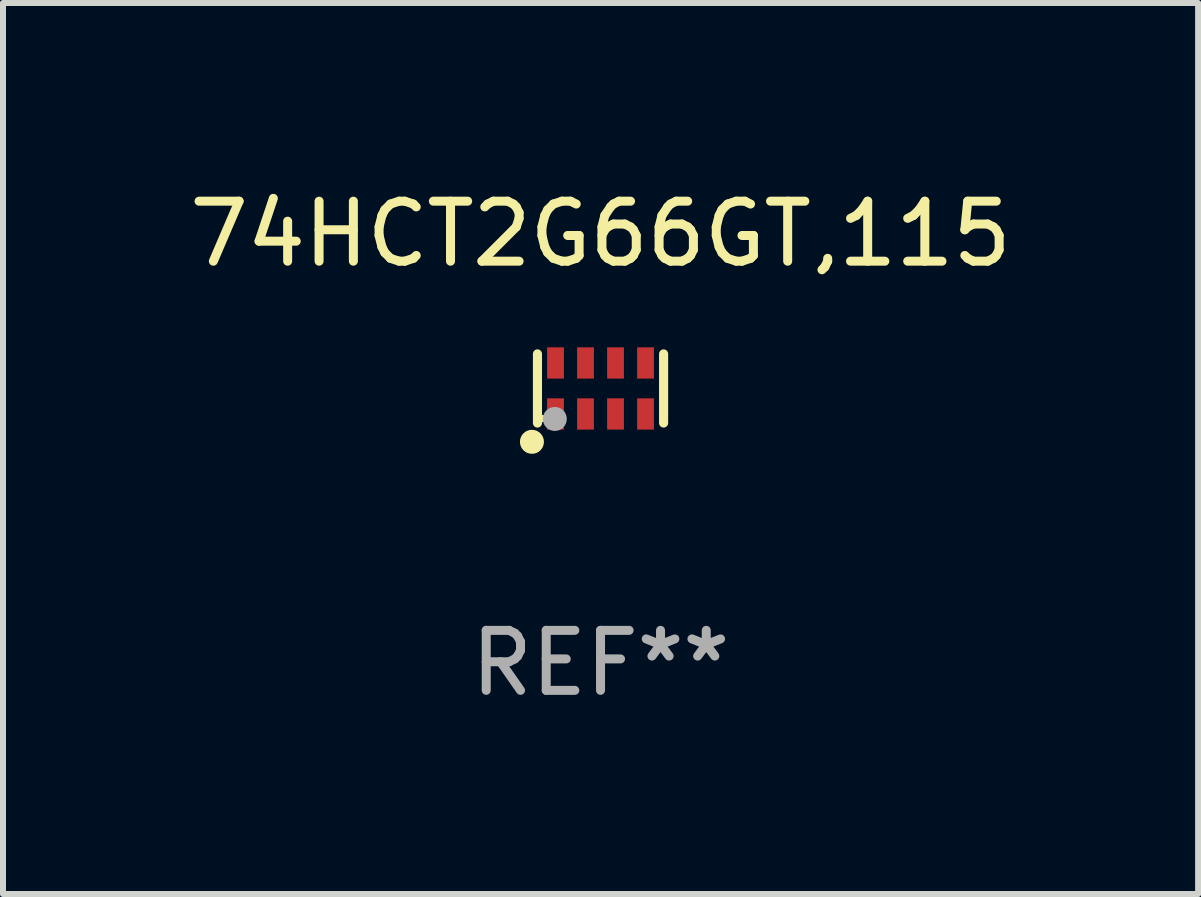
<source format=kicad_pcb>
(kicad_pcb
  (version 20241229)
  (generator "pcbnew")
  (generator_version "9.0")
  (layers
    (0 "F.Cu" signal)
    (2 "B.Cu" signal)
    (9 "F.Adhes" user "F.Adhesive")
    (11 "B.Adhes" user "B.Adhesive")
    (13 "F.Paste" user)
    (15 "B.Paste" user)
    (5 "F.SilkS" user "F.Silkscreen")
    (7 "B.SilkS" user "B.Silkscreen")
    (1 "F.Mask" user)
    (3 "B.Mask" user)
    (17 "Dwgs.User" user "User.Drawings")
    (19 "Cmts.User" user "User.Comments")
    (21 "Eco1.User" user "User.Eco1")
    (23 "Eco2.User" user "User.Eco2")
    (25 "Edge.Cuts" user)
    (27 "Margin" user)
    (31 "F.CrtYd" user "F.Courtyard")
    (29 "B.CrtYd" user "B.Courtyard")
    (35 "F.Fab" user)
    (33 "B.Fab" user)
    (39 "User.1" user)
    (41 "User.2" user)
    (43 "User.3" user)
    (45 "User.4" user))
  (footprint "74HCT2G66GT,115"
    (layer "F.Cu")
    (at 6.958 3.424)
    (property "Reference" "74HCT2G66GT,115" (at 0 -2.576 0) (layer "F.SilkS") (effects (font (size 1 1) (thickness 0.15))))
    (attr through_hole)
    (fp_line (start -1.051 0.576) (end -1.051 -0.576) (stroke (width 0.152) (type solid)) (layer "F.SilkS"))
    (fp_line (start 1.051 -0.576) (end 1.051 0.576) (stroke (width 0.152) (type solid)) (layer "F.SilkS"))
    (fp_circle (center -1.143 0.889) (end -1.043 0.889) (stroke (width 0.2) (type solid)) (fill no) (layer "F.SilkS"))
    (fp_circle (center -0.975 0.5) (end -0.945 0.5) (stroke (width 0.06) (type solid)) (fill no) (layer "F.SilkS"))
    (fp_circle (center -0.762 0.508) (end -0.662 0.508) (stroke (width 0.2) (type solid)) (fill no) (layer "F.Fab"))
    (fp_text user "REF**" (at 0 4.576 0) (layer "F.Fab") (effects (font (size 1 1) (thickness 0.15))))
    (pad "1" smd rect (at -0.75 0.425) (size 0.28 0.521) (layers "F.Cu" "F.Mask" "F.Paste"))
    (pad "2" smd rect (at -0.25 0.425) (size 0.28 0.521) (layers "F.Cu" "F.Mask" "F.Paste"))
    (pad "3" smd rect (at 0.25 0.425) (size 0.28 0.521) (layers "F.Cu" "F.Mask" "F.Paste"))
    (pad "4" smd rect (at 0.75 0.425) (size 0.28 0.521) (layers "F.Cu" "F.Mask" "F.Paste"))
    (pad "5" smd rect (at 0.75 -0.425) (size 0.28 0.521) (layers "F.Cu" "F.Mask" "F.Paste"))
    (pad "6" smd rect (at 0.25 -0.425) (size 0.28 0.521) (layers "F.Cu" "F.Mask" "F.Paste"))
    (pad "7" smd rect (at -0.25 -0.425) (size 0.28 0.521) (layers "F.Cu" "F.Mask" "F.Paste"))
    (pad "8" smd rect (at -0.75 -0.425) (size 0.28 0.521) (layers "F.Cu" "F.Mask" "F.Paste")))
  (gr_rect
    (start -3 -3)
    (end 16.917 11.849)
    (stroke (width 0.1) (type default))
    (fill no)
    (layer "Edge.Cuts")))
</source>
